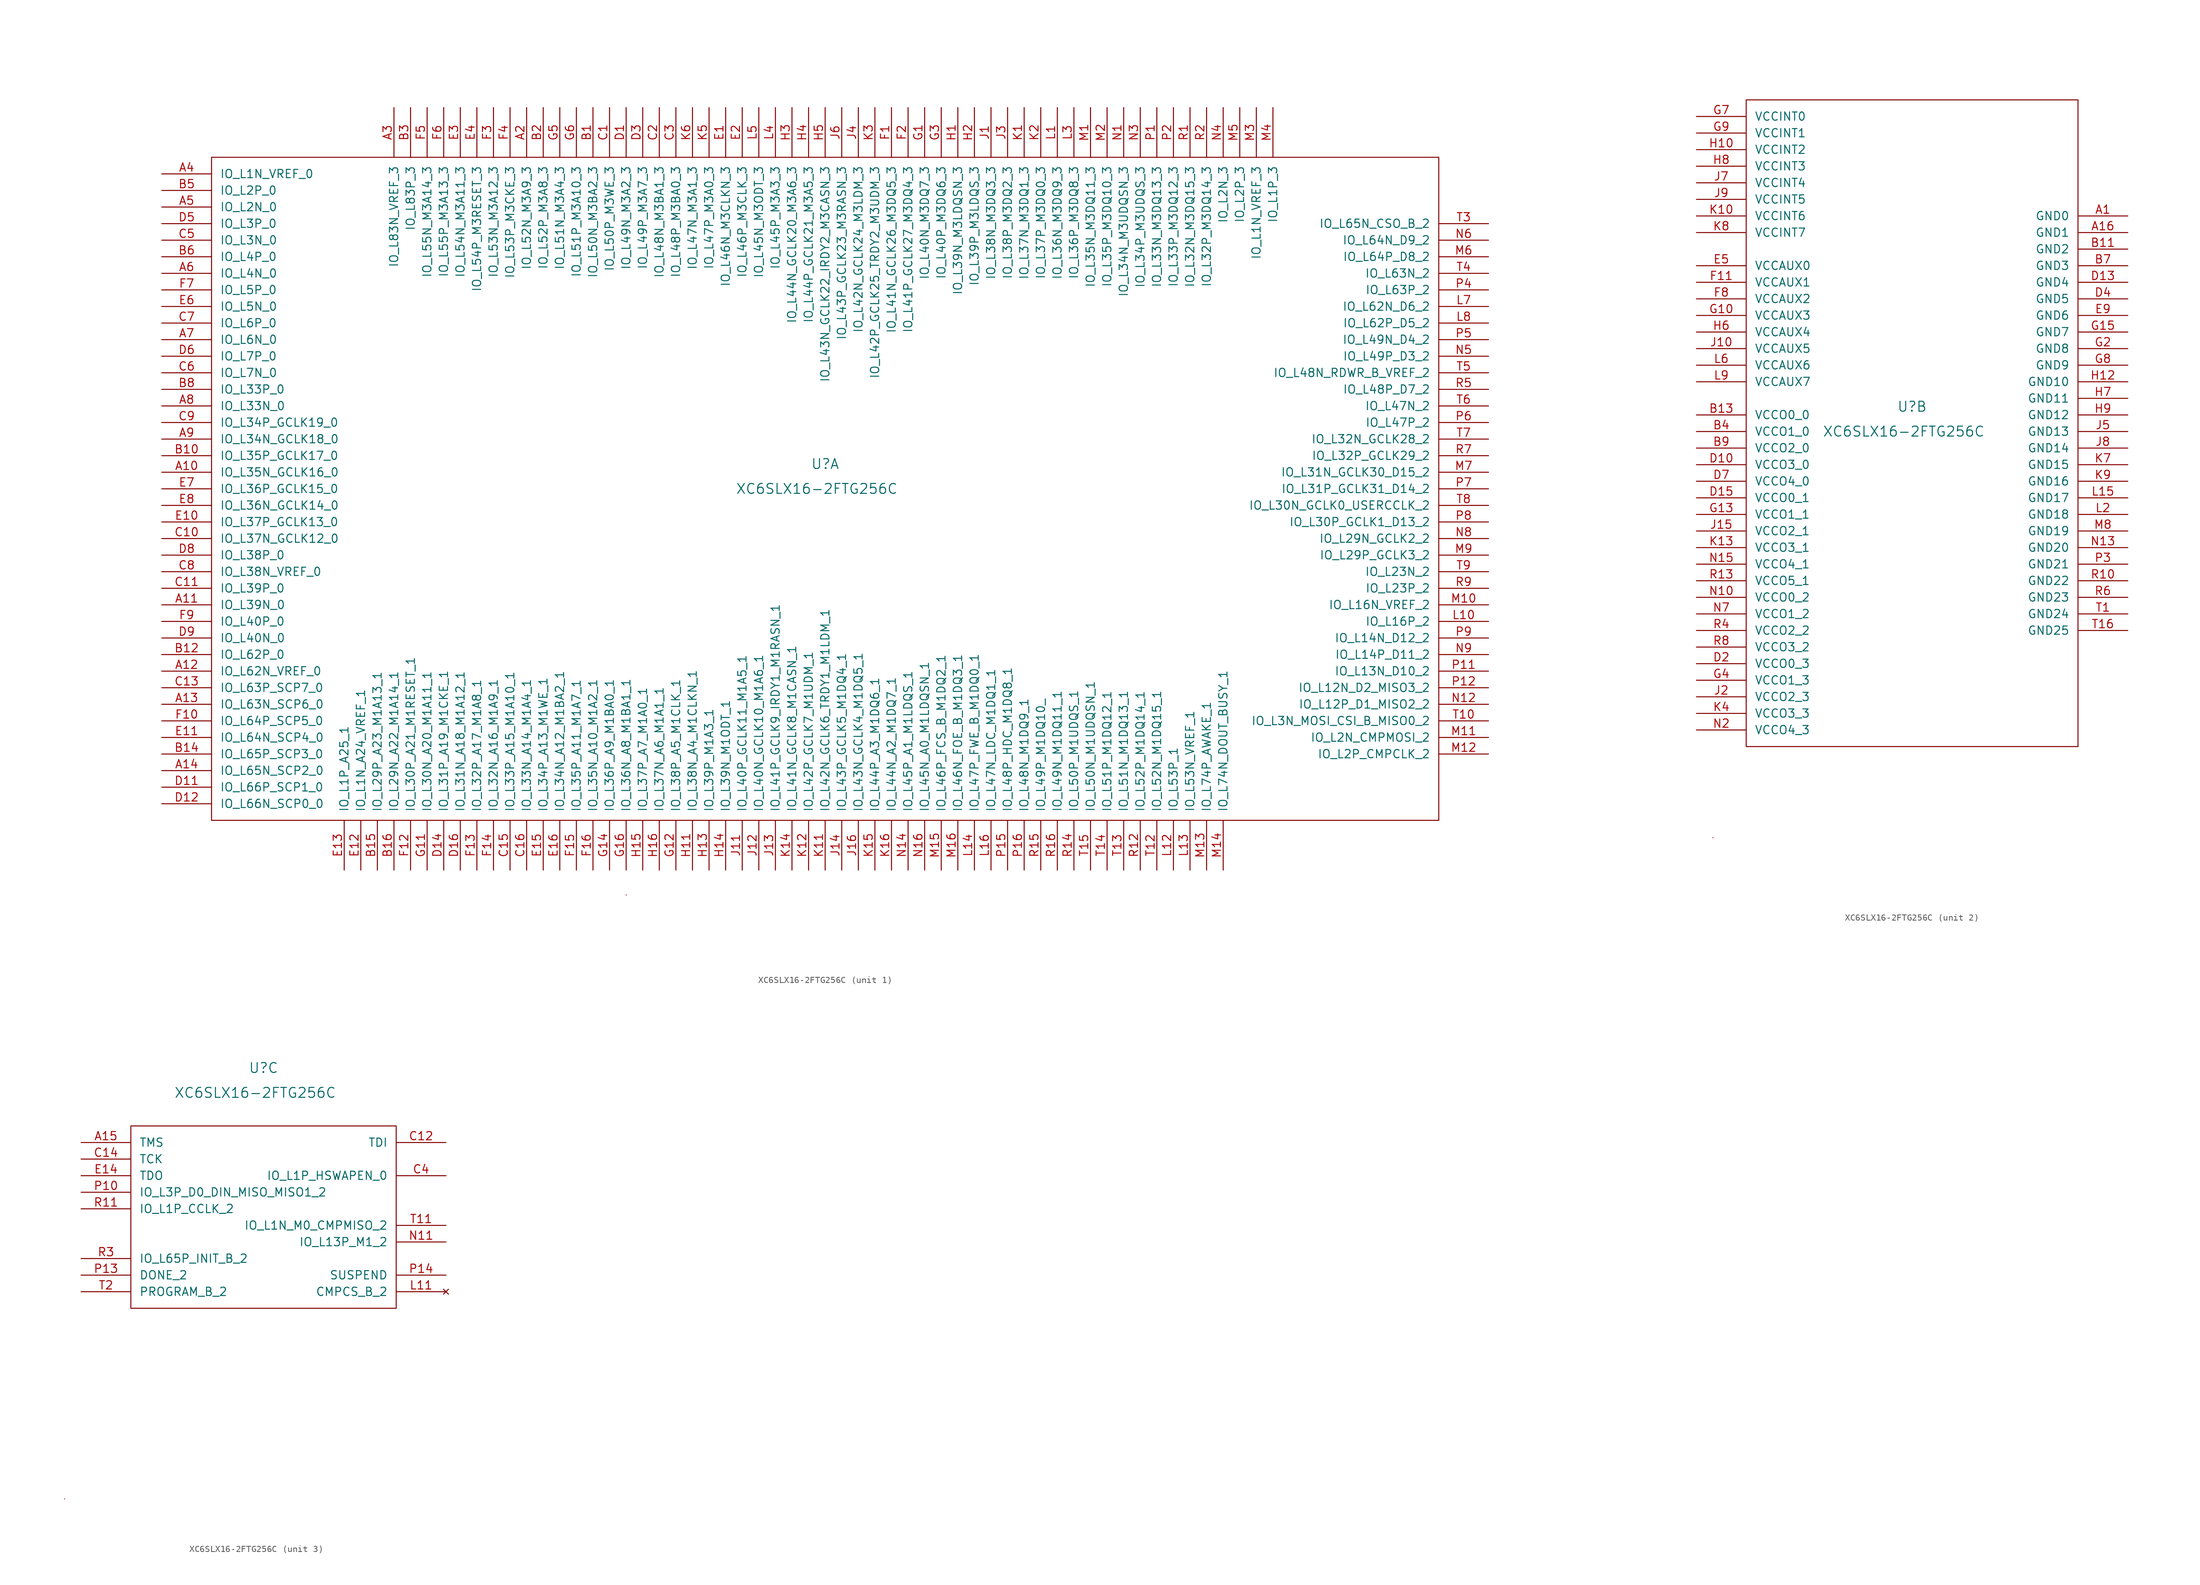
<source format=kicad_sym>
(kicad_symbol_lib
  (version 20211014)
  (generator kicad_symbol_editor)
  (symbol "XC6SLX16-2FTG256C"
    (pin_names
      (offset 1.27))
    (property "Reference" "U"
      (at 0 3.81 0)
      (effects (font (size 1.524 1.524))))
    (property "Value" "XC6SLX16-2FTG256C"
      (at -1.27 0 0)
      (effects (font (size 1.524 1.524))))
    (property "Datasheet" ""
      (at 0 0 0)
      (effects (font (size 1.524 1.524))))
    (property "Height" ""
      (at 0 0 0)
      (effects (font (size 1.27 1.27))))
    (property "ki_locked" ""
      (at 0 0 0)
      (effects (font (size 1.27 1.27))))
    (symbol "XC6SLX16-2FTG256C_0_1"
      (rectangle (start -30.48 -62.23) (end -30.48 -62.23) (stroke (width 0) (type default) (color 0 0 0 0)) (fill (type none))))
    (symbol "XC6SLX16-2FTG256C_1_1"
      (rectangle (start -93.98 50.8) (end 93.98 -50.8) (stroke (width 0) (type default) (color 0 0 0 0)) (fill (type none)))
      (pin bidirectional line (at -101.6 2.54 0) (length 7.62) (name "IO_L35N_GCLK16_0" (effects (font (size 1.27 1.27)))) (number "A10" (effects (font (size 1.27 1.27)))))
      (pin bidirectional line (at -101.6 -17.78 0) (length 7.62) (name "IO_L39N_0" (effects (font (size 1.27 1.27)))) (number "A11" (effects (font (size 1.27 1.27)))))
      (pin bidirectional line (at -101.6 -27.94 0) (length 7.62) (name "IO_L62N_VREF_0" (effects (font (size 1.27 1.27)))) (number "A12" (effects (font (size 1.27 1.27)))))
      (pin bidirectional line (at -101.6 -33.02 0) (length 7.62) (name "IO_L63N_SCP6_0" (effects (font (size 1.27 1.27)))) (number "A13" (effects (font (size 1.27 1.27)))))
      (pin bidirectional line (at -101.6 -43.18 0) (length 7.62) (name "IO_L65N_SCP2_0" (effects (font (size 1.27 1.27)))) (number "A14" (effects (font (size 1.27 1.27)))))
      (pin bidirectional line (at -45.72 58.42 270) (length 7.62) (name "IO_L52N_M3A9_3" (effects (font (size 1.27 1.27)))) (number "A2" (effects (font (size 1.27 1.27)))))
      (pin bidirectional line (at -66.04 58.42 270) (length 7.62) (name "IO_L83N_VREF_3" (effects (font (size 1.27 1.27)))) (number "A3" (effects (font (size 1.27 1.27)))))
      (pin bidirectional line (at -101.6 48.26 0) (length 7.62) (name "IO_L1N_VREF_0" (effects (font (size 1.27 1.27)))) (number "A4" (effects (font (size 1.27 1.27)))))
      (pin bidirectional line (at -101.6 43.18 0) (length 7.62) (name "IO_L2N_0" (effects (font (size 1.27 1.27)))) (number "A5" (effects (font (size 1.27 1.27)))))
      (pin bidirectional line (at -101.6 33.02 0) (length 7.62) (name "IO_L4N_0" (effects (font (size 1.27 1.27)))) (number "A6" (effects (font (size 1.27 1.27)))))
      (pin bidirectional line (at -101.6 22.86 0) (length 7.62) (name "IO_L6N_0" (effects (font (size 1.27 1.27)))) (number "A7" (effects (font (size 1.27 1.27)))))
      (pin bidirectional line (at -101.6 12.7 0) (length 7.62) (name "IO_L33N_0" (effects (font (size 1.27 1.27)))) (number "A8" (effects (font (size 1.27 1.27)))))
      (pin bidirectional line (at -101.6 7.62 0) (length 7.62) (name "IO_L34N_GCLK18_0" (effects (font (size 1.27 1.27)))) (number "A9" (effects (font (size 1.27 1.27)))))
      (pin bidirectional line (at -35.56 58.42 270) (length 7.62) (name "IO_L50N_M3BA2_3" (effects (font (size 1.27 1.27)))) (number "B1" (effects (font (size 1.27 1.27)))))
      (pin bidirectional line (at -101.6 5.08 0) (length 7.62) (name "IO_L35P_GCLK17_0" (effects (font (size 1.27 1.27)))) (number "B10" (effects (font (size 1.27 1.27)))))
      (pin bidirectional line (at -101.6 -25.4 0) (length 7.62) (name "IO_L62P_0" (effects (font (size 1.27 1.27)))) (number "B12" (effects (font (size 1.27 1.27)))))
      (pin bidirectional line (at -101.6 -40.64 0) (length 7.62) (name "IO_L65P_SCP3_0" (effects (font (size 1.27 1.27)))) (number "B14" (effects (font (size 1.27 1.27)))))
      (pin bidirectional line (at -68.58 -58.42 90) (length 7.62) (name "IO_L29P_A23_M1A13_1" (effects (font (size 1.27 1.27)))) (number "B15" (effects (font (size 1.27 1.27)))))
      (pin bidirectional line (at -66.04 -58.42 90) (length 7.62) (name "IO_L29N_A22_M1A14_1" (effects (font (size 1.27 1.27)))) (number "B16" (effects (font (size 1.27 1.27)))))
      (pin bidirectional line (at -43.18 58.42 270) (length 7.62) (name "IO_L52P_M3A8_3" (effects (font (size 1.27 1.27)))) (number "B2" (effects (font (size 1.27 1.27)))))
      (pin bidirectional line (at -63.5 58.42 270) (length 7.62) (name "IO_L83P_3" (effects (font (size 1.27 1.27)))) (number "B3" (effects (font (size 1.27 1.27)))))
      (pin bidirectional line (at -101.6 45.72 0) (length 7.62) (name "IO_L2P_0" (effects (font (size 1.27 1.27)))) (number "B5" (effects (font (size 1.27 1.27)))))
      (pin bidirectional line (at -101.6 35.56 0) (length 7.62) (name "IO_L4P_0" (effects (font (size 1.27 1.27)))) (number "B6" (effects (font (size 1.27 1.27)))))
      (pin bidirectional line (at -101.6 15.24 0) (length 7.62) (name "IO_L33P_0" (effects (font (size 1.27 1.27)))) (number "B8" (effects (font (size 1.27 1.27)))))
      (pin bidirectional line (at -33.02 58.42 270) (length 7.62) (name "IO_L50P_M3WE_3" (effects (font (size 1.27 1.27)))) (number "C1" (effects (font (size 1.27 1.27)))))
      (pin bidirectional line (at -101.6 -7.62 0) (length 7.62) (name "IO_L37N_GCLK12_0" (effects (font (size 1.27 1.27)))) (number "C10" (effects (font (size 1.27 1.27)))))
      (pin bidirectional line (at -101.6 -15.24 0) (length 7.62) (name "IO_L39P_0" (effects (font (size 1.27 1.27)))) (number "C11" (effects (font (size 1.27 1.27)))))
      (pin bidirectional line (at -101.6 -30.48 0) (length 7.62) (name "IO_L63P_SCP7_0" (effects (font (size 1.27 1.27)))) (number "C13" (effects (font (size 1.27 1.27)))))
      (pin bidirectional line (at -48.26 -58.42 90) (length 7.62) (name "IO_L33P_A15_M1A10_1" (effects (font (size 1.27 1.27)))) (number "C15" (effects (font (size 1.27 1.27)))))
      (pin bidirectional line (at -45.72 -58.42 90) (length 7.62) (name "IO_L33N_A14_M1A4_1" (effects (font (size 1.27 1.27)))) (number "C16" (effects (font (size 1.27 1.27)))))
      (pin bidirectional line (at -25.4 58.42 270) (length 7.62) (name "IO_L48N_M3BA1_3" (effects (font (size 1.27 1.27)))) (number "C2" (effects (font (size 1.27 1.27)))))
      (pin bidirectional line (at -22.86 58.42 270) (length 7.62) (name "IO_L48P_M3BA0_3" (effects (font (size 1.27 1.27)))) (number "C3" (effects (font (size 1.27 1.27)))))
      (pin bidirectional line (at -101.6 38.1 0) (length 7.62) (name "IO_L3N_0" (effects (font (size 1.27 1.27)))) (number "C5" (effects (font (size 1.27 1.27)))))
      (pin bidirectional line (at -101.6 17.78 0) (length 7.62) (name "IO_L7N_0" (effects (font (size 1.27 1.27)))) (number "C6" (effects (font (size 1.27 1.27)))))
      (pin bidirectional line (at -101.6 25.4 0) (length 7.62) (name "IO_L6P_0" (effects (font (size 1.27 1.27)))) (number "C7" (effects (font (size 1.27 1.27)))))
      (pin bidirectional line (at -101.6 -12.7 0) (length 7.62) (name "IO_L38N_VREF_0" (effects (font (size 1.27 1.27)))) (number "C8" (effects (font (size 1.27 1.27)))))
      (pin bidirectional line (at -101.6 10.16 0) (length 7.62) (name "IO_L34P_GCLK19_0" (effects (font (size 1.27 1.27)))) (number "C9" (effects (font (size 1.27 1.27)))))
      (pin bidirectional line (at -30.48 58.42 270) (length 7.62) (name "IO_L49N_M3A2_3" (effects (font (size 1.27 1.27)))) (number "D1" (effects (font (size 1.27 1.27)))))
      (pin bidirectional line (at -101.6 -45.72 0) (length 7.62) (name "IO_L66P_SCP1_0" (effects (font (size 1.27 1.27)))) (number "D11" (effects (font (size 1.27 1.27)))))
      (pin bidirectional line (at -101.6 -48.26 0) (length 7.62) (name "IO_L66N_SCP0_0" (effects (font (size 1.27 1.27)))) (number "D12" (effects (font (size 1.27 1.27)))))
      (pin bidirectional line (at -58.42 -58.42 90) (length 7.62) (name "IO_L31P_A19_M1CKE_1" (effects (font (size 1.27 1.27)))) (number "D14" (effects (font (size 1.27 1.27)))))
      (pin bidirectional line (at -55.88 -58.42 90) (length 7.62) (name "IO_L31N_A18_M1A12_1" (effects (font (size 1.27 1.27)))) (number "D16" (effects (font (size 1.27 1.27)))))
      (pin bidirectional line (at -27.94 58.42 270) (length 7.62) (name "IO_L49P_M3A7_3" (effects (font (size 1.27 1.27)))) (number "D3" (effects (font (size 1.27 1.27)))))
      (pin bidirectional line (at -101.6 40.64 0) (length 7.62) (name "IO_L3P_0" (effects (font (size 1.27 1.27)))) (number "D5" (effects (font (size 1.27 1.27)))))
      (pin bidirectional line (at -101.6 20.32 0) (length 7.62) (name "IO_L7P_0" (effects (font (size 1.27 1.27)))) (number "D6" (effects (font (size 1.27 1.27)))))
      (pin bidirectional line (at -101.6 -10.16 0) (length 7.62) (name "IO_L38P_0" (effects (font (size 1.27 1.27)))) (number "D8" (effects (font (size 1.27 1.27)))))
      (pin bidirectional line (at -101.6 -22.86 0) (length 7.62) (name "IO_L40N_0" (effects (font (size 1.27 1.27)))) (number "D9" (effects (font (size 1.27 1.27)))))
      (pin bidirectional line (at -15.24 58.42 270) (length 7.62) (name "IO_L46N_M3CLKN_3" (effects (font (size 1.27 1.27)))) (number "E1" (effects (font (size 1.27 1.27)))))
      (pin bidirectional line (at -101.6 -5.08 0) (length 7.62) (name "IO_L37P_GCLK13_0" (effects (font (size 1.27 1.27)))) (number "E10" (effects (font (size 1.27 1.27)))))
      (pin bidirectional line (at -101.6 -38.1 0) (length 7.62) (name "IO_L64N_SCP4_0" (effects (font (size 1.27 1.27)))) (number "E11" (effects (font (size 1.27 1.27)))))
      (pin bidirectional line (at -71.12 -58.42 90) (length 7.62) (name "IO_L1N_A24_VREF_1" (effects (font (size 1.27 1.27)))) (number "E12" (effects (font (size 1.27 1.27)))))
      (pin bidirectional line (at -73.66 -58.42 90) (length 7.62) (name "IO_L1P_A25_1" (effects (font (size 1.27 1.27)))) (number "E13" (effects (font (size 1.27 1.27)))))
      (pin bidirectional line (at -43.18 -58.42 90) (length 7.62) (name "IO_L34P_A13_M1WE_1" (effects (font (size 1.27 1.27)))) (number "E15" (effects (font (size 1.27 1.27)))))
      (pin bidirectional line (at -40.64 -58.42 90) (length 7.62) (name "IO_L34N_A12_M1BA2_1" (effects (font (size 1.27 1.27)))) (number "E16" (effects (font (size 1.27 1.27)))))
      (pin bidirectional line (at -12.7 58.42 270) (length 7.62) (name "IO_L46P_M3CLK_3" (effects (font (size 1.27 1.27)))) (number "E2" (effects (font (size 1.27 1.27)))))
      (pin bidirectional line (at -55.88 58.42 270) (length 7.62) (name "IO_L54N_M3A11_3" (effects (font (size 1.27 1.27)))) (number "E3" (effects (font (size 1.27 1.27)))))
      (pin bidirectional line (at -53.34 58.42 270) (length 7.62) (name "IO_L54P_M3RESET_3" (effects (font (size 1.27 1.27)))) (number "E4" (effects (font (size 1.27 1.27)))))
      (pin bidirectional line (at -101.6 27.94 0) (length 7.62) (name "IO_L5N_0" (effects (font (size 1.27 1.27)))) (number "E6" (effects (font (size 1.27 1.27)))))
      (pin bidirectional line (at -101.6 0 0) (length 7.62) (name "IO_L36P_GCLK15_0" (effects (font (size 1.27 1.27)))) (number "E7" (effects (font (size 1.27 1.27)))))
      (pin bidirectional line (at -101.6 -2.54 0) (length 7.62) (name "IO_L36N_GCLK14_0" (effects (font (size 1.27 1.27)))) (number "E8" (effects (font (size 1.27 1.27)))))
      (pin bidirectional line (at 10.16 58.42 270) (length 7.62) (name "IO_L41N_GCLK26_M3DQ5_3" (effects (font (size 1.27 1.27)))) (number "F1" (effects (font (size 1.27 1.27)))))
      (pin bidirectional line (at -101.6 -35.56 0) (length 7.62) (name "IO_L64P_SCP5_0" (effects (font (size 1.27 1.27)))) (number "F10" (effects (font (size 1.27 1.27)))))
      (pin bidirectional line (at -63.5 -58.42 90) (length 7.62) (name "IO_L30P_A21_M1RESET_1" (effects (font (size 1.27 1.27)))) (number "F12" (effects (font (size 1.27 1.27)))))
      (pin bidirectional line (at -53.34 -58.42 90) (length 7.62) (name "IO_L32P_A17_M1A8_1" (effects (font (size 1.27 1.27)))) (number "F13" (effects (font (size 1.27 1.27)))))
      (pin bidirectional line (at -50.8 -58.42 90) (length 7.62) (name "IO_L32N_A16_M1A9_1" (effects (font (size 1.27 1.27)))) (number "F14" (effects (font (size 1.27 1.27)))))
      (pin bidirectional line (at -38.1 -58.42 90) (length 7.62) (name "IO_L35P_A11_M1A7_1" (effects (font (size 1.27 1.27)))) (number "F15" (effects (font (size 1.27 1.27)))))
      (pin bidirectional line (at -35.56 -58.42 90) (length 7.62) (name "IO_L35N_A10_M1A2_1" (effects (font (size 1.27 1.27)))) (number "F16" (effects (font (size 1.27 1.27)))))
      (pin bidirectional line (at 12.7 58.42 270) (length 7.62) (name "IO_L41P_GCLK27_M3DQ4_3" (effects (font (size 1.27 1.27)))) (number "F2" (effects (font (size 1.27 1.27)))))
      (pin bidirectional line (at -50.8 58.42 270) (length 7.62) (name "IO_L53N_M3A12_3" (effects (font (size 1.27 1.27)))) (number "F3" (effects (font (size 1.27 1.27)))))
      (pin bidirectional line (at -48.26 58.42 270) (length 7.62) (name "IO_L53P_M3CKE_3" (effects (font (size 1.27 1.27)))) (number "F4" (effects (font (size 1.27 1.27)))))
      (pin bidirectional line (at -60.96 58.42 270) (length 7.62) (name "IO_L55N_M3A14_3" (effects (font (size 1.27 1.27)))) (number "F5" (effects (font (size 1.27 1.27)))))
      (pin bidirectional line (at -58.42 58.42 270) (length 7.62) (name "IO_L55P_M3A13_3" (effects (font (size 1.27 1.27)))) (number "F6" (effects (font (size 1.27 1.27)))))
      (pin bidirectional line (at -101.6 30.48 0) (length 7.62) (name "IO_L5P_0" (effects (font (size 1.27 1.27)))) (number "F7" (effects (font (size 1.27 1.27)))))
      (pin bidirectional line (at -101.6 -20.32 0) (length 7.62) (name "IO_L40P_0" (effects (font (size 1.27 1.27)))) (number "F9" (effects (font (size 1.27 1.27)))))
      (pin bidirectional line (at 15.24 58.42 270) (length 7.62) (name "IO_L40N_M3DQ7_3" (effects (font (size 1.27 1.27)))) (number "G1" (effects (font (size 1.27 1.27)))))
      (pin bidirectional line (at -60.96 -58.42 90) (length 7.62) (name "IO_L30N_A20_M1A11_1" (effects (font (size 1.27 1.27)))) (number "G11" (effects (font (size 1.27 1.27)))))
      (pin bidirectional line (at -22.86 -58.42 90) (length 7.62) (name "IO_L38P_A5_M1CLK_1" (effects (font (size 1.27 1.27)))) (number "G12" (effects (font (size 1.27 1.27)))))
      (pin bidirectional line (at -33.02 -58.42 90) (length 7.62) (name "IO_L36P_A9_M1BA0_1" (effects (font (size 1.27 1.27)))) (number "G14" (effects (font (size 1.27 1.27)))))
      (pin bidirectional line (at -30.48 -58.42 90) (length 7.62) (name "IO_L36N_A8_M1BA1_1" (effects (font (size 1.27 1.27)))) (number "G16" (effects (font (size 1.27 1.27)))))
      (pin bidirectional line (at 17.78 58.42 270) (length 7.62) (name "IO_L40P_M3DQ6_3" (effects (font (size 1.27 1.27)))) (number "G3" (effects (font (size 1.27 1.27)))))
      (pin bidirectional line (at -40.64 58.42 270) (length 7.62) (name "IO_L51N_M3A4_3" (effects (font (size 1.27 1.27)))) (number "G5" (effects (font (size 1.27 1.27)))))
      (pin bidirectional line (at -38.1 58.42 270) (length 7.62) (name "IO_L51P_M3A10_3" (effects (font (size 1.27 1.27)))) (number "G6" (effects (font (size 1.27 1.27)))))
      (pin bidirectional line (at 20.32 58.42 270) (length 7.62) (name "IO_L39N_M3LDQSN_3" (effects (font (size 1.27 1.27)))) (number "H1" (effects (font (size 1.27 1.27)))))
      (pin bidirectional line (at -20.32 -58.42 90) (length 7.62) (name "IO_L38N_A4_M1CLKN_1" (effects (font (size 1.27 1.27)))) (number "H11" (effects (font (size 1.27 1.27)))))
      (pin bidirectional line (at -17.78 -58.42 90) (length 7.62) (name "IO_L39P_M1A3_1" (effects (font (size 1.27 1.27)))) (number "H13" (effects (font (size 1.27 1.27)))))
      (pin bidirectional line (at -15.24 -58.42 90) (length 7.62) (name "IO_L39N_M1ODT_1" (effects (font (size 1.27 1.27)))) (number "H14" (effects (font (size 1.27 1.27)))))
      (pin bidirectional line (at -27.94 -58.42 90) (length 7.62) (name "IO_L37P_A7_M1A0_1" (effects (font (size 1.27 1.27)))) (number "H15" (effects (font (size 1.27 1.27)))))
      (pin bidirectional line (at -25.4 -58.42 90) (length 7.62) (name "IO_L37N_A6_M1A1_1" (effects (font (size 1.27 1.27)))) (number "H16" (effects (font (size 1.27 1.27)))))
      (pin bidirectional line (at 22.86 58.42 270) (length 7.62) (name "IO_L39P_M3LDQS_3" (effects (font (size 1.27 1.27)))) (number "H2" (effects (font (size 1.27 1.27)))))
      (pin bidirectional line (at -5.08 58.42 270) (length 7.62) (name "IO_L44N_GCLK20_M3A6_3" (effects (font (size 1.27 1.27)))) (number "H3" (effects (font (size 1.27 1.27)))))
      (pin bidirectional line (at -2.54 58.42 270) (length 7.62) (name "IO_L44P_GCLK21_M3A5_3" (effects (font (size 1.27 1.27)))) (number "H4" (effects (font (size 1.27 1.27)))))
      (pin bidirectional line (at 0 58.42 270) (length 7.62) (name "IO_L43N_GCLK22_IRDY2_M3CASN_3" (effects (font (size 1.27 1.27)))) (number "H5" (effects (font (size 1.27 1.27)))))
      (pin bidirectional line (at 25.4 58.42 270) (length 7.62) (name "IO_L38N_M3DQ3_3" (effects (font (size 1.27 1.27)))) (number "J1" (effects (font (size 1.27 1.27)))))
      (pin bidirectional line (at -12.7 -58.42 90) (length 7.62) (name "IO_L40P_GCLK11_M1A5_1" (effects (font (size 1.27 1.27)))) (number "J11" (effects (font (size 1.27 1.27)))))
      (pin bidirectional line (at -10.16 -58.42 90) (length 7.62) (name "IO_L40N_GCLK10_M1A6_1" (effects (font (size 1.27 1.27)))) (number "J12" (effects (font (size 1.27 1.27)))))
      (pin bidirectional line (at -7.62 -58.42 90) (length 7.62) (name "IO_L41P_GCLK9_IRDY1_M1RASN_1" (effects (font (size 1.27 1.27)))) (number "J13" (effects (font (size 1.27 1.27)))))
      (pin bidirectional line (at 2.54 -58.42 90) (length 7.62) (name "IO_L43P_GCLK5_M1DQ4_1" (effects (font (size 1.27 1.27)))) (number "J14" (effects (font (size 1.27 1.27)))))
      (pin bidirectional line (at 5.08 -58.42 90) (length 7.62) (name "IO_L43N_GCLK4_M1DQ5_1" (effects (font (size 1.27 1.27)))) (number "J16" (effects (font (size 1.27 1.27)))))
      (pin bidirectional line (at 27.94 58.42 270) (length 7.62) (name "IO_L38P_M3DQ2_3" (effects (font (size 1.27 1.27)))) (number "J3" (effects (font (size 1.27 1.27)))))
      (pin bidirectional line (at 5.08 58.42 270) (length 7.62) (name "IO_L42N_GCLK24_M3LDM_3" (effects (font (size 1.27 1.27)))) (number "J4" (effects (font (size 1.27 1.27)))))
      (pin bidirectional line (at 2.54 58.42 270) (length 7.62) (name "IO_L43P_GCLK23_M3RASN_3" (effects (font (size 1.27 1.27)))) (number "J6" (effects (font (size 1.27 1.27)))))
      (pin bidirectional line (at 30.48 58.42 270) (length 7.62) (name "IO_L37N_M3DQ1_3" (effects (font (size 1.27 1.27)))) (number "K1" (effects (font (size 1.27 1.27)))))
      (pin bidirectional line (at 0 -58.42 90) (length 7.62) (name "IO_L42N_GCLK6_TRDY1_M1LDM_1" (effects (font (size 1.27 1.27)))) (number "K11" (effects (font (size 1.27 1.27)))))
      (pin bidirectional line (at -2.54 -58.42 90) (length 7.62) (name "IO_L42P_GCLK7_M1UDM_1" (effects (font (size 1.27 1.27)))) (number "K12" (effects (font (size 1.27 1.27)))))
      (pin bidirectional line (at -5.08 -58.42 90) (length 7.62) (name "IO_L41N_GCLK8_M1CASN_1" (effects (font (size 1.27 1.27)))) (number "K14" (effects (font (size 1.27 1.27)))))
      (pin bidirectional line (at 7.62 -58.42 90) (length 7.62) (name "IO_L44P_A3_M1DQ6_1" (effects (font (size 1.27 1.27)))) (number "K15" (effects (font (size 1.27 1.27)))))
      (pin bidirectional line (at 10.16 -58.42 90) (length 7.62) (name "IO_L44N_A2_M1DQ7_1" (effects (font (size 1.27 1.27)))) (number "K16" (effects (font (size 1.27 1.27)))))
      (pin bidirectional line (at 33.02 58.42 270) (length 7.62) (name "IO_L37P_M3DQ0_3" (effects (font (size 1.27 1.27)))) (number "K2" (effects (font (size 1.27 1.27)))))
      (pin bidirectional line (at 7.62 58.42 270) (length 7.62) (name "IO_L42P_GCLK25_TRDY2_M3UDM_3" (effects (font (size 1.27 1.27)))) (number "K3" (effects (font (size 1.27 1.27)))))
      (pin bidirectional line (at -17.78 58.42 270) (length 7.62) (name "IO_L47P_M3A0_3" (effects (font (size 1.27 1.27)))) (number "K5" (effects (font (size 1.27 1.27)))))
      (pin bidirectional line (at -20.32 58.42 270) (length 7.62) (name "IO_L47N_M3A1_3" (effects (font (size 1.27 1.27)))) (number "K6" (effects (font (size 1.27 1.27)))))
      (pin bidirectional line (at 35.56 58.42 270) (length 7.62) (name "IO_L36N_M3DQ9_3" (effects (font (size 1.27 1.27)))) (number "L1" (effects (font (size 1.27 1.27)))))
      (pin bidirectional line (at 101.6 -20.32 180) (length 7.62) (name "IO_L16P_2" (effects (font (size 1.27 1.27)))) (number "L10" (effects (font (size 1.27 1.27)))))
      (pin bidirectional line (at 53.34 -58.42 90) (length 7.62) (name "IO_L53P_1" (effects (font (size 1.27 1.27)))) (number "L12" (effects (font (size 1.27 1.27)))))
      (pin bidirectional line (at 55.88 -58.42 90) (length 7.62) (name "IO_L53N_VREF_1" (effects (font (size 1.27 1.27)))) (number "L13" (effects (font (size 1.27 1.27)))))
      (pin bidirectional line (at 22.86 -58.42 90) (length 7.62) (name "IO_L47P_FWE_B_M1DQ0_1" (effects (font (size 1.27 1.27)))) (number "L14" (effects (font (size 1.27 1.27)))))
      (pin bidirectional line (at 25.4 -58.42 90) (length 7.62) (name "IO_L47N_LDC_M1DQ1_1" (effects (font (size 1.27 1.27)))) (number "L16" (effects (font (size 1.27 1.27)))))
      (pin bidirectional line (at 38.1 58.42 270) (length 7.62) (name "IO_L36P_M3DQ8_3" (effects (font (size 1.27 1.27)))) (number "L3" (effects (font (size 1.27 1.27)))))
      (pin bidirectional line (at -7.62 58.42 270) (length 7.62) (name "IO_L45P_M3A3_3" (effects (font (size 1.27 1.27)))) (number "L4" (effects (font (size 1.27 1.27)))))
      (pin bidirectional line (at -10.16 58.42 270) (length 7.62) (name "IO_L45N_M3ODT_3" (effects (font (size 1.27 1.27)))) (number "L5" (effects (font (size 1.27 1.27)))))
      (pin bidirectional line (at 101.6 27.94 180) (length 7.62) (name "IO_L62N_D6_2" (effects (font (size 1.27 1.27)))) (number "L7" (effects (font (size 1.27 1.27)))))
      (pin bidirectional line (at 101.6 25.4 180) (length 7.62) (name "IO_L62P_D5_2" (effects (font (size 1.27 1.27)))) (number "L8" (effects (font (size 1.27 1.27)))))
      (pin bidirectional line (at 40.64 58.42 270) (length 7.62) (name "IO_L35N_M3DQ11_3" (effects (font (size 1.27 1.27)))) (number "M1" (effects (font (size 1.27 1.27)))))
      (pin bidirectional line (at 101.6 -17.78 180) (length 7.62) (name "IO_L16N_VREF_2" (effects (font (size 1.27 1.27)))) (number "M10" (effects (font (size 1.27 1.27)))))
      (pin bidirectional line (at 101.6 -38.1 180) (length 7.62) (name "IO_L2N_CMPMOSI_2" (effects (font (size 1.27 1.27)))) (number "M11" (effects (font (size 1.27 1.27)))))
      (pin bidirectional line (at 101.6 -40.64 180) (length 7.62) (name "IO_L2P_CMPCLK_2" (effects (font (size 1.27 1.27)))) (number "M12" (effects (font (size 1.27 1.27)))))
      (pin bidirectional line (at 58.42 -58.42 90) (length 7.62) (name "IO_L74P_AWAKE_1" (effects (font (size 1.27 1.27)))) (number "M13" (effects (font (size 1.27 1.27)))))
      (pin bidirectional line (at 60.96 -58.42 90) (length 7.62) (name "IO_L74N_DOUT_BUSY_1" (effects (font (size 1.27 1.27)))) (number "M14" (effects (font (size 1.27 1.27)))))
      (pin bidirectional line (at 17.78 -58.42 90) (length 7.62) (name "IO_L46P_FCS_B_M1DQ2_1" (effects (font (size 1.27 1.27)))) (number "M15" (effects (font (size 1.27 1.27)))))
      (pin bidirectional line (at 20.32 -58.42 90) (length 7.62) (name "IO_L46N_FOE_B_M1DQ3_1" (effects (font (size 1.27 1.27)))) (number "M16" (effects (font (size 1.27 1.27)))))
      (pin bidirectional line (at 43.18 58.42 270) (length 7.62) (name "IO_L35P_M3DQ10_3" (effects (font (size 1.27 1.27)))) (number "M2" (effects (font (size 1.27 1.27)))))
      (pin bidirectional line (at 66.04 58.42 270) (length 7.62) (name "IO_L1N_VREF_3" (effects (font (size 1.27 1.27)))) (number "M3" (effects (font (size 1.27 1.27)))))
      (pin bidirectional line (at 68.58 58.42 270) (length 7.62) (name "IO_L1P_3" (effects (font (size 1.27 1.27)))) (number "M4" (effects (font (size 1.27 1.27)))))
      (pin bidirectional line (at 63.5 58.42 270) (length 7.62) (name "IO_L2P_3" (effects (font (size 1.27 1.27)))) (number "M5" (effects (font (size 1.27 1.27)))))
      (pin bidirectional line (at 101.6 35.56 180) (length 7.62) (name "IO_L64P_D8_2" (effects (font (size 1.27 1.27)))) (number "M6" (effects (font (size 1.27 1.27)))))
      (pin bidirectional line (at 101.6 2.54 180) (length 7.62) (name "IO_L31N_GCLK30_D15_2" (effects (font (size 1.27 1.27)))) (number "M7" (effects (font (size 1.27 1.27)))))
      (pin bidirectional line (at 101.6 -10.16 180) (length 7.62) (name "IO_L29P_GCLK3_2" (effects (font (size 1.27 1.27)))) (number "M9" (effects (font (size 1.27 1.27)))))
      (pin bidirectional line (at 45.72 58.42 270) (length 7.62) (name "IO_L34N_M3UDQSN_3" (effects (font (size 1.27 1.27)))) (number "N1" (effects (font (size 1.27 1.27)))))
      (pin bidirectional line (at 101.6 -33.02 180) (length 7.62) (name "IO_L12P_D1_MISO2_2" (effects (font (size 1.27 1.27)))) (number "N12" (effects (font (size 1.27 1.27)))))
      (pin bidirectional line (at 12.7 -58.42 90) (length 7.62) (name "IO_L45P_A1_M1LDQS_1" (effects (font (size 1.27 1.27)))) (number "N14" (effects (font (size 1.27 1.27)))))
      (pin bidirectional line (at 15.24 -58.42 90) (length 7.62) (name "IO_L45N_A0_M1LDQSN_1" (effects (font (size 1.27 1.27)))) (number "N16" (effects (font (size 1.27 1.27)))))
      (pin bidirectional line (at 48.26 58.42 270) (length 7.62) (name "IO_L34P_M3UDQS_3" (effects (font (size 1.27 1.27)))) (number "N3" (effects (font (size 1.27 1.27)))))
      (pin bidirectional line (at 60.96 58.42 270) (length 7.62) (name "IO_L2N_3" (effects (font (size 1.27 1.27)))) (number "N4" (effects (font (size 1.27 1.27)))))
      (pin bidirectional line (at 101.6 20.32 180) (length 7.62) (name "IO_L49P_D3_2" (effects (font (size 1.27 1.27)))) (number "N5" (effects (font (size 1.27 1.27)))))
      (pin bidirectional line (at 101.6 38.1 180) (length 7.62) (name "IO_L64N_D9_2" (effects (font (size 1.27 1.27)))) (number "N6" (effects (font (size 1.27 1.27)))))
      (pin bidirectional line (at 101.6 -7.62 180) (length 7.62) (name "IO_L29N_GCLK2_2" (effects (font (size 1.27 1.27)))) (number "N8" (effects (font (size 1.27 1.27)))))
      (pin bidirectional line (at 101.6 -25.4 180) (length 7.62) (name "IO_L14P_D11_2" (effects (font (size 1.27 1.27)))) (number "N9" (effects (font (size 1.27 1.27)))))
      (pin bidirectional line (at 50.8 58.42 270) (length 7.62) (name "IO_L33N_M3DQ13_3" (effects (font (size 1.27 1.27)))) (number "P1" (effects (font (size 1.27 1.27)))))
      (pin bidirectional line (at 101.6 -27.94 180) (length 7.62) (name "IO_L13N_D10_2" (effects (font (size 1.27 1.27)))) (number "P11" (effects (font (size 1.27 1.27)))))
      (pin bidirectional line (at 101.6 -30.48 180) (length 7.62) (name "IO_L12N_D2_MISO3_2" (effects (font (size 1.27 1.27)))) (number "P12" (effects (font (size 1.27 1.27)))))
      (pin bidirectional line (at 27.94 -58.42 90) (length 7.62) (name "IO_L48P_HDC_M1DQ8_1" (effects (font (size 1.27 1.27)))) (number "P15" (effects (font (size 1.27 1.27)))))
      (pin bidirectional line (at 30.48 -58.42 90) (length 7.62) (name "IO_L48N_M1DQ9_1" (effects (font (size 1.27 1.27)))) (number "P16" (effects (font (size 1.27 1.27)))))
      (pin bidirectional line (at 53.34 58.42 270) (length 7.62) (name "IO_L33P_M3DQ12_3" (effects (font (size 1.27 1.27)))) (number "P2" (effects (font (size 1.27 1.27)))))
      (pin bidirectional line (at 101.6 30.48 180) (length 7.62) (name "IO_L63P_2" (effects (font (size 1.27 1.27)))) (number "P4" (effects (font (size 1.27 1.27)))))
      (pin bidirectional line (at 101.6 22.86 180) (length 7.62) (name "IO_L49N_D4_2" (effects (font (size 1.27 1.27)))) (number "P5" (effects (font (size 1.27 1.27)))))
      (pin bidirectional line (at 101.6 10.16 180) (length 7.62) (name "IO_L47P_2" (effects (font (size 1.27 1.27)))) (number "P6" (effects (font (size 1.27 1.27)))))
      (pin bidirectional line (at 101.6 0 180) (length 7.62) (name "IO_L31P_GCLK31_D14_2" (effects (font (size 1.27 1.27)))) (number "P7" (effects (font (size 1.27 1.27)))))
      (pin bidirectional line (at 101.6 -5.08 180) (length 7.62) (name "IO_L30P_GCLK1_D13_2" (effects (font (size 1.27 1.27)))) (number "P8" (effects (font (size 1.27 1.27)))))
      (pin bidirectional line (at 101.6 -22.86 180) (length 7.62) (name "IO_L14N_D12_2" (effects (font (size 1.27 1.27)))) (number "P9" (effects (font (size 1.27 1.27)))))
      (pin bidirectional line (at 55.88 58.42 270) (length 7.62) (name "IO_L32N_M3DQ15_3" (effects (font (size 1.27 1.27)))) (number "R1" (effects (font (size 1.27 1.27)))))
      (pin bidirectional line (at 48.26 -58.42 90) (length 7.62) (name "IO_L52P_M1DQ14_1" (effects (font (size 1.27 1.27)))) (number "R12" (effects (font (size 1.27 1.27)))))
      (pin bidirectional line (at 38.1 -58.42 90) (length 7.62) (name "IO_L50P_M1UDQS_1" (effects (font (size 1.27 1.27)))) (number "R14" (effects (font (size 1.27 1.27)))))
      (pin bidirectional line (at 33.02 -58.42 90) (length 7.62) (name "IO_L49P_M1DQ10_" (effects (font (size 1.27 1.27)))) (number "R15" (effects (font (size 1.27 1.27)))))
      (pin bidirectional line (at 35.56 -58.42 90) (length 7.62) (name "IO_L49N_M1DQ11_1" (effects (font (size 1.27 1.27)))) (number "R16" (effects (font (size 1.27 1.27)))))
      (pin bidirectional line (at 58.42 58.42 270) (length 7.62) (name "IO_L32P_M3DQ14_3" (effects (font (size 1.27 1.27)))) (number "R2" (effects (font (size 1.27 1.27)))))
      (pin bidirectional line (at 101.6 15.24 180) (length 7.62) (name "IO_L48P_D7_2" (effects (font (size 1.27 1.27)))) (number "R5" (effects (font (size 1.27 1.27)))))
      (pin bidirectional line (at 101.6 5.08 180) (length 7.62) (name "IO_L32P_GCLK29_2" (effects (font (size 1.27 1.27)))) (number "R7" (effects (font (size 1.27 1.27)))))
      (pin bidirectional line (at 101.6 -15.24 180) (length 7.62) (name "IO_L23P_2" (effects (font (size 1.27 1.27)))) (number "R9" (effects (font (size 1.27 1.27)))))
      (pin bidirectional line (at 101.6 -35.56 180) (length 7.62) (name "IO_L3N_MOSI_CSI_B_MISO0_2" (effects (font (size 1.27 1.27)))) (number "T10" (effects (font (size 1.27 1.27)))))
      (pin bidirectional line (at 50.8 -58.42 90) (length 7.62) (name "IO_L52N_M1DQ15_1" (effects (font (size 1.27 1.27)))) (number "T12" (effects (font (size 1.27 1.27)))))
      (pin bidirectional line (at 45.72 -58.42 90) (length 7.62) (name "IO_L51N_M1DQ13_1" (effects (font (size 1.27 1.27)))) (number "T13" (effects (font (size 1.27 1.27)))))
      (pin bidirectional line (at 43.18 -58.42 90) (length 7.62) (name "IO_L51P_M1DQ12_1" (effects (font (size 1.27 1.27)))) (number "T14" (effects (font (size 1.27 1.27)))))
      (pin bidirectional line (at 40.64 -58.42 90) (length 7.62) (name "IO_L50N_M1UDQSN_1" (effects (font (size 1.27 1.27)))) (number "T15" (effects (font (size 1.27 1.27)))))
      (pin bidirectional line (at 101.6 40.64 180) (length 7.62) (name "IO_L65N_CSO_B_2" (effects (font (size 1.27 1.27)))) (number "T3" (effects (font (size 1.27 1.27)))))
      (pin bidirectional line (at 101.6 33.02 180) (length 7.62) (name "IO_L63N_2" (effects (font (size 1.27 1.27)))) (number "T4" (effects (font (size 1.27 1.27)))))
      (pin bidirectional line (at 101.6 17.78 180) (length 7.62) (name "IO_L48N_RDWR_B_VREF_2" (effects (font (size 1.27 1.27)))) (number "T5" (effects (font (size 1.27 1.27)))))
      (pin bidirectional line (at 101.6 12.7 180) (length 7.62) (name "IO_L47N_2" (effects (font (size 1.27 1.27)))) (number "T6" (effects (font (size 1.27 1.27)))))
      (pin bidirectional line (at 101.6 7.62 180) (length 7.62) (name "IO_L32N_GCLK28_2" (effects (font (size 1.27 1.27)))) (number "T7" (effects (font (size 1.27 1.27)))))
      (pin bidirectional line (at 101.6 -2.54 180) (length 7.62) (name "IO_L30N_GCLK0_USERCCLK_2" (effects (font (size 1.27 1.27)))) (number "T8" (effects (font (size 1.27 1.27)))))
      (pin bidirectional line (at 101.6 -12.7 180) (length 7.62) (name "IO_L23N_2" (effects (font (size 1.27 1.27)))) (number "T9" (effects (font (size 1.27 1.27))))))
    (symbol "XC6SLX16-2FTG256C_2_1"
      (rectangle (start -25.4 50.8) (end 25.4 -48.26) (stroke (width 0) (type default) (color 0 0 0 0)) (fill (type none)))
      (pin power_in line (at 33.02 33.02 180) (length 7.62) (name "GND0" (effects (font (size 1.27 1.27)))) (number "A1" (effects (font (size 1.27 1.27)))))
      (pin power_in line (at 33.02 30.48 180) (length 7.62) (name "GND1" (effects (font (size 1.27 1.27)))) (number "A16" (effects (font (size 1.27 1.27)))))
      (pin power_in line (at 33.02 27.94 180) (length 7.62) (name "GND2" (effects (font (size 1.27 1.27)))) (number "B11" (effects (font (size 1.27 1.27)))))
      (pin power_in line (at -33.02 2.54 0) (length 7.62) (name "VCCO0_0" (effects (font (size 1.27 1.27)))) (number "B13" (effects (font (size 1.27 1.27)))))
      (pin power_in line (at -33.02 0 0) (length 7.62) (name "VCCO1_0" (effects (font (size 1.27 1.27)))) (number "B4" (effects (font (size 1.27 1.27)))))
      (pin power_in line (at 33.02 25.4 180) (length 7.62) (name "GND3" (effects (font (size 1.27 1.27)))) (number "B7" (effects (font (size 1.27 1.27)))))
      (pin power_in line (at -33.02 -2.54 0) (length 7.62) (name "VCCO2_0" (effects (font (size 1.27 1.27)))) (number "B9" (effects (font (size 1.27 1.27)))))
      (pin power_in line (at -33.02 -5.08 0) (length 7.62) (name "VCCO3_0" (effects (font (size 1.27 1.27)))) (number "D10" (effects (font (size 1.27 1.27)))))
      (pin power_in line (at 33.02 22.86 180) (length 7.62) (name "GND4" (effects (font (size 1.27 1.27)))) (number "D13" (effects (font (size 1.27 1.27)))))
      (pin power_in line (at -33.02 -10.16 0) (length 7.62) (name "VCCO0_1" (effects (font (size 1.27 1.27)))) (number "D15" (effects (font (size 1.27 1.27)))))
      (pin power_in line (at -33.02 -35.56 0) (length 7.62) (name "VCCO0_3" (effects (font (size 1.27 1.27)))) (number "D2" (effects (font (size 1.27 1.27)))))
      (pin power_in line (at 33.02 20.32 180) (length 7.62) (name "GND5" (effects (font (size 1.27 1.27)))) (number "D4" (effects (font (size 1.27 1.27)))))
      (pin power_in line (at -33.02 -7.62 0) (length 7.62) (name "VCCO4_0" (effects (font (size 1.27 1.27)))) (number "D7" (effects (font (size 1.27 1.27)))))
      (pin power_in line (at -33.02 25.4 0) (length 7.62) (name "VCCAUX0" (effects (font (size 1.27 1.27)))) (number "E5" (effects (font (size 1.27 1.27)))))
      (pin power_in line (at 33.02 17.78 180) (length 7.62) (name "GND6" (effects (font (size 1.27 1.27)))) (number "E9" (effects (font (size 1.27 1.27)))))
      (pin power_in line (at -33.02 22.86 0) (length 7.62) (name "VCCAUX1" (effects (font (size 1.27 1.27)))) (number "F11" (effects (font (size 1.27 1.27)))))
      (pin power_in line (at -33.02 20.32 0) (length 7.62) (name "VCCAUX2" (effects (font (size 1.27 1.27)))) (number "F8" (effects (font (size 1.27 1.27)))))
      (pin power_in line (at -33.02 17.78 0) (length 7.62) (name "VCCAUX3" (effects (font (size 1.27 1.27)))) (number "G10" (effects (font (size 1.27 1.27)))))
      (pin power_in line (at -33.02 -12.7 0) (length 7.62) (name "VCCO1_1" (effects (font (size 1.27 1.27)))) (number "G13" (effects (font (size 1.27 1.27)))))
      (pin power_in line (at 33.02 15.24 180) (length 7.62) (name "GND7" (effects (font (size 1.27 1.27)))) (number "G15" (effects (font (size 1.27 1.27)))))
      (pin power_in line (at 33.02 12.7 180) (length 7.62) (name "GND8" (effects (font (size 1.27 1.27)))) (number "G2" (effects (font (size 1.27 1.27)))))
      (pin power_in line (at -33.02 -38.1 0) (length 7.62) (name "VCCO1_3" (effects (font (size 1.27 1.27)))) (number "G4" (effects (font (size 1.27 1.27)))))
      (pin power_in line (at -33.02 48.26 0) (length 7.62) (name "VCCINT0" (effects (font (size 1.27 1.27)))) (number "G7" (effects (font (size 1.27 1.27)))))
      (pin power_in line (at 33.02 10.16 180) (length 7.62) (name "GND9" (effects (font (size 1.27 1.27)))) (number "G8" (effects (font (size 1.27 1.27)))))
      (pin power_in line (at -33.02 45.72 0) (length 7.62) (name "VCCINT1" (effects (font (size 1.27 1.27)))) (number "G9" (effects (font (size 1.27 1.27)))))
      (pin power_in line (at -33.02 43.18 0) (length 7.62) (name "VCCINT2" (effects (font (size 1.27 1.27)))) (number "H10" (effects (font (size 1.27 1.27)))))
      (pin power_in line (at 33.02 7.62 180) (length 7.62) (name "GND10" (effects (font (size 1.27 1.27)))) (number "H12" (effects (font (size 1.27 1.27)))))
      (pin power_in line (at -33.02 15.24 0) (length 7.62) (name "VCCAUX4" (effects (font (size 1.27 1.27)))) (number "H6" (effects (font (size 1.27 1.27)))))
      (pin power_in line (at 33.02 5.08 180) (length 7.62) (name "GND11" (effects (font (size 1.27 1.27)))) (number "H7" (effects (font (size 1.27 1.27)))))
      (pin power_in line (at -33.02 40.64 0) (length 7.62) (name "VCCINT3" (effects (font (size 1.27 1.27)))) (number "H8" (effects (font (size 1.27 1.27)))))
      (pin power_in line (at 33.02 2.54 180) (length 7.62) (name "GND12" (effects (font (size 1.27 1.27)))) (number "H9" (effects (font (size 1.27 1.27)))))
      (pin power_in line (at -33.02 12.7 0) (length 7.62) (name "VCCAUX5" (effects (font (size 1.27 1.27)))) (number "J10" (effects (font (size 1.27 1.27)))))
      (pin power_in line (at -33.02 -15.24 0) (length 7.62) (name "VCCO2_1" (effects (font (size 1.27 1.27)))) (number "J15" (effects (font (size 1.27 1.27)))))
      (pin power_in line (at -33.02 -40.64 0) (length 7.62) (name "VCCO2_3" (effects (font (size 1.27 1.27)))) (number "J2" (effects (font (size 1.27 1.27)))))
      (pin power_in line (at 33.02 0 180) (length 7.62) (name "GND13" (effects (font (size 1.27 1.27)))) (number "J5" (effects (font (size 1.27 1.27)))))
      (pin power_in line (at -33.02 38.1 0) (length 7.62) (name "VCCINT4" (effects (font (size 1.27 1.27)))) (number "J7" (effects (font (size 1.27 1.27)))))
      (pin power_in line (at 33.02 -2.54 180) (length 7.62) (name "GND14" (effects (font (size 1.27 1.27)))) (number "J8" (effects (font (size 1.27 1.27)))))
      (pin power_in line (at -33.02 35.56 0) (length 7.62) (name "VCCINT5" (effects (font (size 1.27 1.27)))) (number "J9" (effects (font (size 1.27 1.27)))))
      (pin power_in line (at -33.02 33.02 0) (length 7.62) (name "VCCINT6" (effects (font (size 1.27 1.27)))) (number "K10" (effects (font (size 1.27 1.27)))))
      (pin power_in line (at -33.02 -17.78 0) (length 7.62) (name "VCCO3_1" (effects (font (size 1.27 1.27)))) (number "K13" (effects (font (size 1.27 1.27)))))
      (pin power_in line (at -33.02 -43.18 0) (length 7.62) (name "VCCO3_3" (effects (font (size 1.27 1.27)))) (number "K4" (effects (font (size 1.27 1.27)))))
      (pin power_in line (at 33.02 -5.08 180) (length 7.62) (name "GND15" (effects (font (size 1.27 1.27)))) (number "K7" (effects (font (size 1.27 1.27)))))
      (pin power_in line (at -33.02 30.48 0) (length 7.62) (name "VCCINT7" (effects (font (size 1.27 1.27)))) (number "K8" (effects (font (size 1.27 1.27)))))
      (pin power_in line (at 33.02 -7.62 180) (length 7.62) (name "GND16" (effects (font (size 1.27 1.27)))) (number "K9" (effects (font (size 1.27 1.27)))))
      (pin power_in line (at 33.02 -10.16 180) (length 7.62) (name "GND17" (effects (font (size 1.27 1.27)))) (number "L15" (effects (font (size 1.27 1.27)))))
      (pin power_in line (at 33.02 -12.7 180) (length 7.62) (name "GND18" (effects (font (size 1.27 1.27)))) (number "L2" (effects (font (size 1.27 1.27)))))
      (pin power_in line (at -33.02 10.16 0) (length 7.62) (name "VCCAUX6" (effects (font (size 1.27 1.27)))) (number "L6" (effects (font (size 1.27 1.27)))))
      (pin power_in line (at -33.02 7.62 0) (length 7.62) (name "VCCAUX7" (effects (font (size 1.27 1.27)))) (number "L9" (effects (font (size 1.27 1.27)))))
      (pin power_in line (at 33.02 -15.24 180) (length 7.62) (name "GND19" (effects (font (size 1.27 1.27)))) (number "M8" (effects (font (size 1.27 1.27)))))
      (pin power_in line (at -33.02 -25.4 0) (length 7.62) (name "VCCO0_2" (effects (font (size 1.27 1.27)))) (number "N10" (effects (font (size 1.27 1.27)))))
      (pin power_in line (at 33.02 -17.78 180) (length 7.62) (name "GND20" (effects (font (size 1.27 1.27)))) (number "N13" (effects (font (size 1.27 1.27)))))
      (pin power_in line (at -33.02 -20.32 0) (length 7.62) (name "VCCO4_1" (effects (font (size 1.27 1.27)))) (number "N15" (effects (font (size 1.27 1.27)))))
      (pin power_in line (at -33.02 -45.72 0) (length 7.62) (name "VCCO4_3" (effects (font (size 1.27 1.27)))) (number "N2" (effects (font (size 1.27 1.27)))))
      (pin power_in line (at -33.02 -27.94 0) (length 7.62) (name "VCCO1_2" (effects (font (size 1.27 1.27)))) (number "N7" (effects (font (size 1.27 1.27)))))
      (pin power_in line (at 33.02 -20.32 180) (length 7.62) (name "GND21" (effects (font (size 1.27 1.27)))) (number "P3" (effects (font (size 1.27 1.27)))))
      (pin power_in line (at 33.02 -22.86 180) (length 7.62) (name "GND22" (effects (font (size 1.27 1.27)))) (number "R10" (effects (font (size 1.27 1.27)))))
      (pin power_in line (at -33.02 -22.86 0) (length 7.62) (name "VCCO5_1" (effects (font (size 1.27 1.27)))) (number "R13" (effects (font (size 1.27 1.27)))))
      (pin power_in line (at -33.02 -30.48 0) (length 7.62) (name "VCCO2_2" (effects (font (size 1.27 1.27)))) (number "R4" (effects (font (size 1.27 1.27)))))
      (pin power_in line (at 33.02 -25.4 180) (length 7.62) (name "GND23" (effects (font (size 1.27 1.27)))) (number "R6" (effects (font (size 1.27 1.27)))))
      (pin power_in line (at -33.02 -33.02 0) (length 7.62) (name "VCCO3_2" (effects (font (size 1.27 1.27)))) (number "R8" (effects (font (size 1.27 1.27)))))
      (pin power_in line (at 33.02 -27.94 180) (length 7.62) (name "GND24" (effects (font (size 1.27 1.27)))) (number "T1" (effects (font (size 1.27 1.27)))))
      (pin power_in line (at 33.02 -30.48 180) (length 7.62) (name "GND25" (effects (font (size 1.27 1.27)))) (number "T16" (effects (font (size 1.27 1.27))))))
    (symbol "XC6SLX16-2FTG256C_3_1"
      (rectangle (start -20.32 -5.08) (end 20.32 -33.02) (stroke (width 0) (type default) (color 0 0 0 0)) (fill (type none)))
      (pin input line (at -27.94 -7.62 0) (length 7.62) (name "TMS" (effects (font (size 1.27 1.27)))) (number "A15" (effects (font (size 1.27 1.27)))))
      (pin input line (at 27.94 -7.62 180) (length 7.62) (name "TDI" (effects (font (size 1.27 1.27)))) (number "C12" (effects (font (size 1.27 1.27)))))
      (pin input line (at -27.94 -10.16 0) (length 7.62) (name "TCK" (effects (font (size 1.27 1.27)))) (number "C14" (effects (font (size 1.27 1.27)))))
      (pin input line (at 27.94 -12.7 180) (length 7.62) (name "IO_L1P_HSWAPEN_0" (effects (font (size 1.27 1.27)))) (number "C4" (effects (font (size 1.27 1.27)))))
      (pin output line (at -27.94 -12.7 0) (length 7.62) (name "TDO" (effects (font (size 1.27 1.27)))) (number "E14" (effects (font (size 1.27 1.27)))))
      (pin no_connect line (at 27.94 -30.48 180) (length 7.62) (name "CMPCS_B_2" (effects (font (size 1.27 1.27)))) (number "L11" (effects (font (size 1.27 1.27)))))
      (pin input line (at 27.94 -22.86 180) (length 7.62) (name "IO_L13P_M1_2" (effects (font (size 1.27 1.27)))) (number "N11" (effects (font (size 1.27 1.27)))))
      (pin input line (at -27.94 -15.24 0) (length 7.62) (name "IO_L3P_D0_DIN_MISO_MISO1_2" (effects (font (size 1.27 1.27)))) (number "P10" (effects (font (size 1.27 1.27)))))
      (pin output line (at -27.94 -27.94 0) (length 7.62) (name "DONE_2" (effects (font (size 1.27 1.27)))) (number "P13" (effects (font (size 1.27 1.27)))))
      (pin input line (at 27.94 -27.94 180) (length 7.62) (name "SUSPEND" (effects (font (size 1.27 1.27)))) (number "P14" (effects (font (size 1.27 1.27)))))
      (pin input line (at -27.94 -17.78 0) (length 7.62) (name "IO_L1P_CCLK_2" (effects (font (size 1.27 1.27)))) (number "R11" (effects (font (size 1.27 1.27)))))
      (pin input line (at -27.94 -25.4 0) (length 7.62) (name "IO_L65P_INIT_B_2" (effects (font (size 1.27 1.27)))) (number "R3" (effects (font (size 1.27 1.27)))))
      (pin input line (at 27.94 -20.32 180) (length 7.62) (name "IO_L1N_M0_CMPMISO_2" (effects (font (size 1.27 1.27)))) (number "T11" (effects (font (size 1.27 1.27)))))
      (pin input line (at -27.94 -30.48 0) (length 7.62) (name "PROGRAM_B_2" (effects (font (size 1.27 1.27)))) (number "T2" (effects (font (size 1.27 1.27))))))))
</source>
